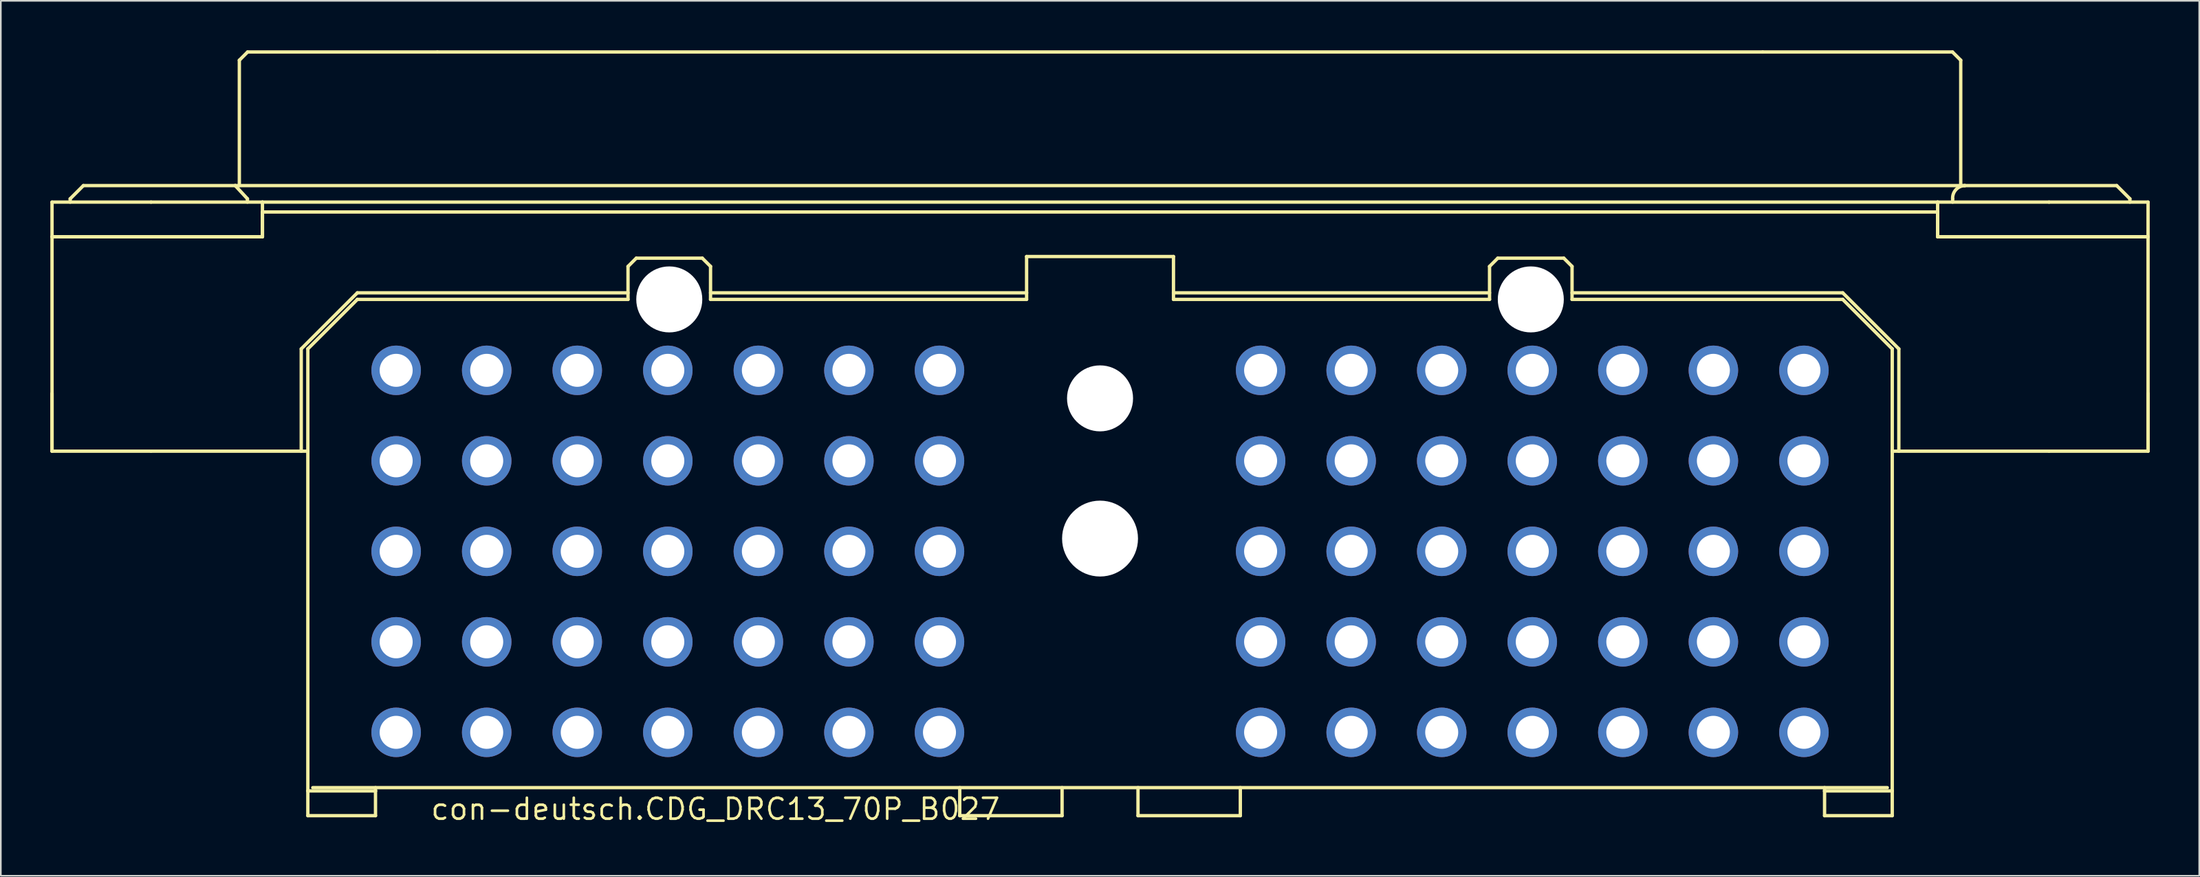
<source format=kicad_pcb>
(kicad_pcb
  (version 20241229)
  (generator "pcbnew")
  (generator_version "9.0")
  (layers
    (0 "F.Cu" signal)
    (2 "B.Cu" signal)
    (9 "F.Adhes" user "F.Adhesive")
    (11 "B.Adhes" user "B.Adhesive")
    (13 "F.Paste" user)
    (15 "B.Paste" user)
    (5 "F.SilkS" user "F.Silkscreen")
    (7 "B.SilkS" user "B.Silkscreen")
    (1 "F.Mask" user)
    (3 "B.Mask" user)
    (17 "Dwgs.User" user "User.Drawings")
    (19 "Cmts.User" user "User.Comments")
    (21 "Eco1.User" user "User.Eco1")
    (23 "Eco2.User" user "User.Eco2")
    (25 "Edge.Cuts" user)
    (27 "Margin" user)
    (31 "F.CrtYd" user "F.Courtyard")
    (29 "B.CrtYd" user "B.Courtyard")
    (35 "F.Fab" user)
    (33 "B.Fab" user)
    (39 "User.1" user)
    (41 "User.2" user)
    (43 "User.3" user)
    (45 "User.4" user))
  (footprint "con-deutsch.CDG_DRC13_70P_B027"
    (layer "F.Cu")
    (at 63.602 29.602)
    (property "Reference" "con-deutsch.CDG_DRC13_70P_B027" (at -40.64 17.145 0) (layer "F.SilkS") (effects (font (size 1.27 1.27) (thickness 0.16)) (justify left bottom)))
    (attr through_hole)
    (fp_line (start -63.5 -20.4) (end -63.5 -18.3) (stroke (width 0.203) (type default)) (layer "F.SilkS"))
    (fp_line (start -63.5 -18.3) (end -57.5 -18.3) (stroke (width 0.203) (type default)) (layer "F.SilkS"))
    (fp_line (start -63.5 -5.3) (end -63.5 -18.3) (stroke (width 0.203) (type default)) (layer "F.SilkS"))
    (fp_line (start -63.5 -5.3) (end -63.5 -8.8) (stroke (width 0.203) (type default)) (layer "F.SilkS"))
    (fp_line (start -63.5 -5.3) (end -57.5 -5.3) (stroke (width 0.203) (type default)) (layer "F.SilkS"))
    (fp_line (start -62.4 -20.6) (end -61.6 -21.4) (stroke (width 0.203) (type default)) (layer "F.SilkS"))
    (fp_line (start -62.4 -20.4) (end -62.4 -20.6) (stroke (width 0.203) (type default)) (layer "F.SilkS"))
    (fp_line (start -57.5 -20.4) (end -63.5 -20.4) (stroke (width 0.203) (type default)) (layer "F.SilkS"))
    (fp_line (start -57.5 -18.3) (end -63.5 -18.3) (stroke (width 0.203) (type default)) (layer "F.SilkS"))
    (fp_line (start -57.5 -18.3) (end -50.75 -18.3) (stroke (width 0.203) (type default)) (layer "F.SilkS"))
    (fp_line (start -57.5 -5.3) (end -48.4 -5.3) (stroke (width 0.203) (type default)) (layer "F.SilkS"))
    (fp_line (start -52.4 -21.4) (end -61.6 -21.4) (stroke (width 0.203) (type default)) (layer "F.SilkS"))
    (fp_line (start -52.4 -21.4) (end -51.66 -20.6) (stroke (width 0.203) (type default)) (layer "F.SilkS"))
    (fp_line (start -52.4 -21.4) (end 52.4 -21.4) (stroke (width 0.203) (type default)) (layer "F.SilkS"))
    (fp_line (start -52.15 -29) (end -51.65 -29.5) (stroke (width 0.203) (type default)) (layer "F.SilkS"))
    (fp_line (start -52.15 -21.4) (end -52.15 -29) (stroke (width 0.203) (type default)) (layer "F.SilkS"))
    (fp_line (start -51.66 -20.6) (end -51.66 -20.4) (stroke (width 0.203) (type default)) (layer "F.SilkS"))
    (fp_line (start -50.75 -20.4) (end -57.5 -20.4) (stroke (width 0.203) (type default)) (layer "F.SilkS"))
    (fp_line (start -50.75 -20.4) (end -50.75 -18.3) (stroke (width 0.203) (type default)) (layer "F.SilkS"))
    (fp_line (start -50.75 -19.8) (end -50.75 -18.3) (stroke (width 0.203) (type default)) (layer "F.SilkS"))
    (fp_line (start -50.75 -18.3) (end -57.5 -18.3) (stroke (width 0.203) (type default)) (layer "F.SilkS"))
    (fp_line (start -48.4 -11.5) (end -48.4 -5.3) (stroke (width 0.203) (type default)) (layer "F.SilkS"))
    (fp_line (start -48.4 -11.5) (end -45 -14.9) (stroke (width 0.203) (type default)) (layer "F.SilkS"))
    (fp_line (start -48.4 -5.3) (end -48 -5.3) (stroke (width 0.203) (type default)) (layer "F.SilkS"))
    (fp_line (start -48 -11.5) (end -45 -14.5) (stroke (width 0.203) (type default)) (layer "F.SilkS"))
    (fp_line (start -48 -5.3) (end -48 -11.5) (stroke (width 0.203) (type default)) (layer "F.SilkS"))
    (fp_line (start -48 15.3) (end -48 -5.3) (stroke (width 0.203) (type default)) (layer "F.SilkS"))
    (fp_line (start -48 15.3) (end -48 16.8) (stroke (width 0.203) (type default)) (layer "F.SilkS"))
    (fp_line (start -48 16.8) (end -43.9 16.8) (stroke (width 0.203) (type default)) (layer "F.SilkS"))
    (fp_line (start -47.7 15.1) (end 47.7 15.1) (stroke (width 0.203) (type default)) (layer "F.SilkS"))
    (fp_line (start -45 -14.5) (end -28.6 -14.5) (stroke (width 0.203) (type default)) (layer "F.SilkS"))
    (fp_line (start -43.9 15.1) (end -43.9 15.3) (stroke (width 0.203) (type default)) (layer "F.SilkS"))
    (fp_line (start -43.9 15.3) (end -48 15.3) (stroke (width 0.203) (type default)) (layer "F.SilkS"))
    (fp_line (start -43.9 16.8) (end -43.9 15.3) (stroke (width 0.203) (type default)) (layer "F.SilkS"))
    (fp_line (start -40.15 -29.5) (end -51.65 -29.5) (stroke (width 0.203) (type default)) (layer "F.SilkS"))
    (fp_line (start -28.6 -16.5) (end -28.1 -17) (stroke (width 0.203) (type default)) (layer "F.SilkS"))
    (fp_line (start -28.6 -14.9) (end -45 -14.9) (stroke (width 0.203) (type default)) (layer "F.SilkS"))
    (fp_line (start -28.6 -14.5) (end -28.6 -16.5) (stroke (width 0.203) (type default)) (layer "F.SilkS"))
    (fp_line (start -28.1 -17) (end -24.1 -17) (stroke (width 0.203) (type default)) (layer "F.SilkS"))
    (fp_line (start -24.1 -17) (end -23.6 -16.5) (stroke (width 0.203) (type default)) (layer "F.SilkS"))
    (fp_line (start -23.6 -16.5) (end -23.6 -14.5) (stroke (width 0.203) (type default)) (layer "F.SilkS"))
    (fp_line (start -23.6 -14.5) (end -4.45 -14.5) (stroke (width 0.203) (type default)) (layer "F.SilkS"))
    (fp_line (start -8.5 16.8) (end -8.5 15.1) (stroke (width 0.203) (type default)) (layer "F.SilkS"))
    (fp_line (start -8.5 16.8) (end -2.3 16.8) (stroke (width 0.203) (type default)) (layer "F.SilkS"))
    (fp_line (start -4.45 -17.1) (end 4.45 -17.1) (stroke (width 0.203) (type default)) (layer "F.SilkS"))
    (fp_line (start -4.45 -14.9) (end -23.6 -14.9) (stroke (width 0.203) (type default)) (layer "F.SilkS"))
    (fp_line (start -4.45 -14.9) (end -4.45 -17.1) (stroke (width 0.203) (type default)) (layer "F.SilkS"))
    (fp_line (start -4.45 -14.5) (end -4.45 -14.9) (stroke (width 0.203) (type default)) (layer "F.SilkS"))
    (fp_line (start -2.3 15.1) (end -2.3 16.8) (stroke (width 0.203) (type default)) (layer "F.SilkS"))
    (fp_line (start 2.3 16.8) (end 2.3 15.1) (stroke (width 0.203) (type default)) (layer "F.SilkS"))
    (fp_line (start 2.3 16.8) (end 8.5 16.8) (stroke (width 0.203) (type default)) (layer "F.SilkS"))
    (fp_line (start 4.45 -17.1) (end 4.45 -14.9) (stroke (width 0.203) (type default)) (layer "F.SilkS"))
    (fp_line (start 4.45 -14.9) (end 4.45 -14.5) (stroke (width 0.203) (type default)) (layer "F.SilkS"))
    (fp_line (start 4.45 -14.5) (end 23.6 -14.5) (stroke (width 0.203) (type default)) (layer "F.SilkS"))
    (fp_line (start 8.5 15.1) (end 8.5 16.8) (stroke (width 0.203) (type default)) (layer "F.SilkS"))
    (fp_line (start 23.6 -16.5) (end 24.1 -17) (stroke (width 0.203) (type default)) (layer "F.SilkS"))
    (fp_line (start 23.6 -14.9) (end 4.45 -14.9) (stroke (width 0.203) (type default)) (layer "F.SilkS"))
    (fp_line (start 23.6 -14.5) (end 23.6 -16.5) (stroke (width 0.203) (type default)) (layer "F.SilkS"))
    (fp_line (start 24.1 -17) (end 28.1 -17) (stroke (width 0.203) (type default)) (layer "F.SilkS"))
    (fp_line (start 28.1 -17) (end 28.6 -16.5) (stroke (width 0.203) (type default)) (layer "F.SilkS"))
    (fp_line (start 28.6 -16.5) (end 28.6 -14.5) (stroke (width 0.203) (type default)) (layer "F.SilkS"))
    (fp_line (start 28.6 -14.5) (end 45 -14.5) (stroke (width 0.203) (type default)) (layer "F.SilkS"))
    (fp_line (start 40.15 -29.5) (end -40.15 -29.5) (stroke (width 0.203) (type default)) (layer "F.SilkS"))
    (fp_line (start 43.9 15.3) (end 43.9 15.1) (stroke (width 0.203) (type default)) (layer "F.SilkS"))
    (fp_line (start 43.9 15.3) (end 43.9 16.8) (stroke (width 0.203) (type default)) (layer "F.SilkS"))
    (fp_line (start 43.9 16.8) (end 48 16.8) (stroke (width 0.203) (type default)) (layer "F.SilkS"))
    (fp_line (start 45 -14.9) (end 28.6 -14.9) (stroke (width 0.203) (type default)) (layer "F.SilkS"))
    (fp_line (start 45 -14.9) (end 48.4 -11.5) (stroke (width 0.203) (type default)) (layer "F.SilkS"))
    (fp_line (start 45 -14.5) (end 48 -11.5) (stroke (width 0.203) (type default)) (layer "F.SilkS"))
    (fp_line (start 48 -11.5) (end 48 -5.3) (stroke (width 0.203) (type default)) (layer "F.SilkS"))
    (fp_line (start 48 -5.3) (end 48 15.3) (stroke (width 0.203) (type default)) (layer "F.SilkS"))
    (fp_line (start 48 -5.3) (end 48.4 -5.3) (stroke (width 0.203) (type default)) (layer "F.SilkS"))
    (fp_line (start 48 15.3) (end 43.9 15.3) (stroke (width 0.203) (type default)) (layer "F.SilkS"))
    (fp_line (start 48 16.8) (end 48 15.3) (stroke (width 0.203) (type default)) (layer "F.SilkS"))
    (fp_line (start 48.4 -5.3) (end 48.4 -11.5) (stroke (width 0.203) (type default)) (layer "F.SilkS"))
    (fp_line (start 48.4 -5.3) (end 57.5 -5.3) (stroke (width 0.203) (type default)) (layer "F.SilkS"))
    (fp_line (start 50.75 -20.4) (end -50.75 -20.4) (stroke (width 0.203) (type default)) (layer "F.SilkS"))
    (fp_line (start 50.75 -20.4) (end 50.75 -18.3) (stroke (width 0.203) (type default)) (layer "F.SilkS"))
    (fp_line (start 50.75 -19.8) (end -50.75 -19.8) (stroke (width 0.203) (type default)) (layer "F.SilkS"))
    (fp_line (start 50.75 -19.8) (end 50.75 -18.3) (stroke (width 0.203) (type default)) (layer "F.SilkS"))
    (fp_line (start 50.75 -18.3) (end 57.5 -18.3) (stroke (width 0.203) (type default)) (layer "F.SilkS"))
    (fp_line (start 51.65 -29.5) (end 40.15 -29.5) (stroke (width 0.203) (type default)) (layer "F.SilkS"))
    (fp_line (start 51.65 -29.5) (end 52.15 -29) (stroke (width 0.203) (type default)) (layer "F.SilkS"))
    (fp_line (start 51.66 -20.6) (end 51.66 -20.4) (stroke (width 0.203) (type default)) (layer "F.SilkS"))
    (fp_line (start 52.15 -21.4) (end 52.15 -29) (stroke (width 0.203) (type default)) (layer "F.SilkS"))
    (fp_line (start 57.5 -20.4) (end 50.75 -20.4) (stroke (width 0.203) (type default)) (layer "F.SilkS"))
    (fp_line (start 57.5 -18.3) (end 50.75 -18.3) (stroke (width 0.203) (type default)) (layer "F.SilkS"))
    (fp_line (start 57.5 -18.3) (end 63.5 -18.3) (stroke (width 0.203) (type default)) (layer "F.SilkS"))
    (fp_line (start 57.5 -5.3) (end 63.5 -5.3) (stroke (width 0.203) (type default)) (layer "F.SilkS"))
    (fp_line (start 61.6 -21.4) (end 52.4 -21.4) (stroke (width 0.203) (type default)) (layer "F.SilkS"))
    (fp_line (start 61.6 -21.4) (end 62.4 -20.6) (stroke (width 0.203) (type default)) (layer "F.SilkS"))
    (fp_line (start 62.4 -20.6) (end 62.4 -20.4) (stroke (width 0.203) (type default)) (layer "F.SilkS"))
    (fp_line (start 63.5 -20.4) (end 57.5 -20.4) (stroke (width 0.203) (type default)) (layer "F.SilkS"))
    (fp_line (start 63.5 -20.4) (end 63.5 -18.3) (stroke (width 0.203) (type default)) (layer "F.SilkS"))
    (fp_line (start 63.5 -18.3) (end 57.5 -18.3) (stroke (width 0.203) (type default)) (layer "F.SilkS"))
    (fp_line (start 63.5 -5.3) (end 63.5 -18.3) (stroke (width 0.203) (type default)) (layer "F.SilkS"))
    (fp_line (start 63.5 -5.3) (end 63.5 -8.8) (stroke (width 0.203) (type default)) (layer "F.SilkS"))
    (fp_arc (start 51.6596 -20.6) (mid 51.860414 -21.156767) (end 52.4 -21.4) (stroke (width 0.2032) (type default)) (layer "F.SilkS"))
    (pad "" np_thru_hole circle (at -26.1 -14.5) (size 4 4) (drill 4) (layers "*.Cu" "*.Mask"))
    (pad "" np_thru_hole circle (at 0 -8.5) (size 4 4) (drill 4) (layers "*.Cu" "*.Mask"))
    (pad "" np_thru_hole circle (at 0 0) (size 4.6 4.6) (drill 4.6) (layers "*.Cu" "*.Mask"))
    (pad "" np_thru_hole circle (at 26.1 -14.5) (size 4 4) (drill 4) (layers "*.Cu" "*.Mask"))
    (pad "1" thru_hole circle (at 42.649 11.747 180) (size 3 3) (drill 2) (layers "*.Cu" "*.Mask"))
    (pad "2" thru_hole circle (at 37.162 11.747 180) (size 3 3) (drill 2) (layers "*.Cu" "*.Mask"))
    (pad "3" thru_hole circle (at 31.676 11.747 180) (size 3 3) (drill 2) (layers "*.Cu" "*.Mask"))
    (pad "4" thru_hole circle (at 26.189 11.747 180) (size 3 3) (drill 2) (layers "*.Cu" "*.Mask"))
    (pad "5" thru_hole circle (at 20.702 11.747 180) (size 3 3) (drill 2) (layers "*.Cu" "*.Mask"))
    (pad "6" thru_hole circle (at 15.216 11.747 180) (size 3 3) (drill 2) (layers "*.Cu" "*.Mask"))
    (pad "7" thru_hole circle (at 9.729 11.747 180) (size 3 3) (drill 2) (layers "*.Cu" "*.Mask"))
    (pad "8" thru_hole circle (at -9.729 11.747 180) (size 3 3) (drill 2) (layers "*.Cu" "*.Mask"))
    (pad "9" thru_hole circle (at -15.216 11.747 180) (size 3 3) (drill 2) (layers "*.Cu" "*.Mask"))
    (pad "10" thru_hole circle (at -20.702 11.747 180) (size 3 3) (drill 2) (layers "*.Cu" "*.Mask"))
    (pad "11" thru_hole circle (at -26.189 11.747 180) (size 3 3) (drill 2) (layers "*.Cu" "*.Mask"))
    (pad "12" thru_hole circle (at -31.676 11.747 180) (size 3 3) (drill 2) (layers "*.Cu" "*.Mask"))
    (pad "13" thru_hole circle (at -37.162 11.747 180) (size 3 3) (drill 2) (layers "*.Cu" "*.Mask"))
    (pad "14" thru_hole circle (at -42.649 11.747 180) (size 3 3) (drill 2) (layers "*.Cu" "*.Mask"))
    (pad "15" thru_hole circle (at 42.649 6.26 180) (size 3 3) (drill 2) (layers "*.Cu" "*.Mask"))
    (pad "16" thru_hole circle (at 37.162 6.26 180) (size 3 3) (drill 2) (layers "*.Cu" "*.Mask"))
    (pad "17" thru_hole circle (at 31.676 6.26 180) (size 3 3) (drill 2) (layers "*.Cu" "*.Mask"))
    (pad "18" thru_hole circle (at 26.189 6.26 180) (size 3 3) (drill 2) (layers "*.Cu" "*.Mask"))
    (pad "19" thru_hole circle (at 20.702 6.26 180) (size 3 3) (drill 2) (layers "*.Cu" "*.Mask"))
    (pad "20" thru_hole circle (at 15.216 6.26 180) (size 3 3) (drill 2) (layers "*.Cu" "*.Mask"))
    (pad "21" thru_hole circle (at 9.729 6.26 180) (size 3 3) (drill 2) (layers "*.Cu" "*.Mask"))
    (pad "22" thru_hole circle (at -9.729 6.26 180) (size 3 3) (drill 2) (layers "*.Cu" "*.Mask"))
    (pad "23" thru_hole circle (at -15.216 6.26 180) (size 3 3) (drill 2) (layers "*.Cu" "*.Mask"))
    (pad "24" thru_hole circle (at -20.702 6.26 180) (size 3 3) (drill 2) (layers "*.Cu" "*.Mask"))
    (pad "25" thru_hole circle (at -26.189 6.26 180) (size 3 3) (drill 2) (layers "*.Cu" "*.Mask"))
    (pad "26" thru_hole circle (at -31.676 6.26 180) (size 3 3) (drill 2) (layers "*.Cu" "*.Mask"))
    (pad "27" thru_hole circle (at -37.162 6.26 180) (size 3 3) (drill 2) (layers "*.Cu" "*.Mask"))
    (pad "28" thru_hole circle (at -42.649 6.26 180) (size 3 3) (drill 2) (layers "*.Cu" "*.Mask"))
    (pad "29" thru_hole circle (at 42.649 0.773 180) (size 3 3) (drill 2) (layers "*.Cu" "*.Mask"))
    (pad "30" thru_hole circle (at 37.162 0.773 180) (size 3 3) (drill 2) (layers "*.Cu" "*.Mask"))
    (pad "31" thru_hole circle (at 31.676 0.773 180) (size 3 3) (drill 2) (layers "*.Cu" "*.Mask"))
    (pad "32" thru_hole circle (at 26.189 0.773 180) (size 3 3) (drill 2) (layers "*.Cu" "*.Mask"))
    (pad "33" thru_hole circle (at 20.702 0.773 180) (size 3 3) (drill 2) (layers "*.Cu" "*.Mask"))
    (pad "34" thru_hole circle (at 15.216 0.773 180) (size 3 3) (drill 2) (layers "*.Cu" "*.Mask"))
    (pad "35" thru_hole circle (at 9.729 0.773 180) (size 3 3) (drill 2) (layers "*.Cu" "*.Mask"))
    (pad "36" thru_hole circle (at -9.729 0.773 180) (size 3 3) (drill 2) (layers "*.Cu" "*.Mask"))
    (pad "37" thru_hole circle (at -15.216 0.773 180) (size 3 3) (drill 2) (layers "*.Cu" "*.Mask"))
    (pad "38" thru_hole circle (at -20.702 0.773 180) (size 3 3) (drill 2) (layers "*.Cu" "*.Mask"))
    (pad "39" thru_hole circle (at -26.189 0.773 180) (size 3 3) (drill 2) (layers "*.Cu" "*.Mask"))
    (pad "40" thru_hole circle (at -31.676 0.773 180) (size 3 3) (drill 2) (layers "*.Cu" "*.Mask"))
    (pad "41" thru_hole circle (at -37.162 0.773 180) (size 3 3) (drill 2) (layers "*.Cu" "*.Mask"))
    (pad "42" thru_hole circle (at -42.649 0.773 180) (size 3 3) (drill 2) (layers "*.Cu" "*.Mask"))
    (pad "43" thru_hole circle (at 42.649 -4.713 180) (size 3 3) (drill 2) (layers "*.Cu" "*.Mask"))
    (pad "44" thru_hole circle (at 37.162 -4.713 180) (size 3 3) (drill 2) (layers "*.Cu" "*.Mask"))
    (pad "45" thru_hole circle (at 31.676 -4.713 180) (size 3 3) (drill 2) (layers "*.Cu" "*.Mask"))
    (pad "46" thru_hole circle (at 26.189 -4.713 180) (size 3 3) (drill 2) (layers "*.Cu" "*.Mask"))
    (pad "47" thru_hole circle (at 20.702 -4.713 180) (size 3 3) (drill 2) (layers "*.Cu" "*.Mask"))
    (pad "48" thru_hole circle (at 15.216 -4.713 180) (size 3 3) (drill 2) (layers "*.Cu" "*.Mask"))
    (pad "49" thru_hole circle (at 9.729 -4.713 180) (size 3 3) (drill 2) (layers "*.Cu" "*.Mask"))
    (pad "50" thru_hole circle (at -9.729 -4.713 180) (size 3 3) (drill 2) (layers "*.Cu" "*.Mask"))
    (pad "51" thru_hole circle (at -15.216 -4.713 180) (size 3 3) (drill 2) (layers "*.Cu" "*.Mask"))
    (pad "52" thru_hole circle (at -20.702 -4.713 180) (size 3 3) (drill 2) (layers "*.Cu" "*.Mask"))
    (pad "53" thru_hole circle (at -26.189 -4.713 180) (size 3 3) (drill 2) (layers "*.Cu" "*.Mask"))
    (pad "54" thru_hole circle (at -31.676 -4.713 180) (size 3 3) (drill 2) (layers "*.Cu" "*.Mask"))
    (pad "55" thru_hole circle (at -37.162 -4.713 180) (size 3 3) (drill 2) (layers "*.Cu" "*.Mask"))
    (pad "56" thru_hole circle (at -42.649 -4.713 180) (size 3 3) (drill 2) (layers "*.Cu" "*.Mask"))
    (pad "57" thru_hole circle (at 42.649 -10.2 180) (size 3 3) (drill 2) (layers "*.Cu" "*.Mask"))
    (pad "58" thru_hole circle (at 37.162 -10.2 180) (size 3 3) (drill 2) (layers "*.Cu" "*.Mask"))
    (pad "59" thru_hole circle (at 31.676 -10.2 180) (size 3 3) (drill 2) (layers "*.Cu" "*.Mask"))
    (pad "60" thru_hole circle (at 26.189 -10.2 180) (size 3 3) (drill 2) (layers "*.Cu" "*.Mask"))
    (pad "61" thru_hole circle (at 20.702 -10.2 180) (size 3 3) (drill 2) (layers "*.Cu" "*.Mask"))
    (pad "62" thru_hole circle (at 15.216 -10.2 180) (size 3 3) (drill 2) (layers "*.Cu" "*.Mask"))
    (pad "63" thru_hole circle (at 9.729 -10.2 180) (size 3 3) (drill 2) (layers "*.Cu" "*.Mask"))
    (pad "64" thru_hole circle (at -9.729 -10.2 180) (size 3 3) (drill 2) (layers "*.Cu" "*.Mask"))
    (pad "65" thru_hole circle (at -15.216 -10.2 180) (size 3 3) (drill 2) (layers "*.Cu" "*.Mask"))
    (pad "66" thru_hole circle (at -20.702 -10.2 180) (size 3 3) (drill 2) (layers "*.Cu" "*.Mask"))
    (pad "67" thru_hole circle (at -26.189 -10.2 180) (size 3 3) (drill 2) (layers "*.Cu" "*.Mask"))
    (pad "68" thru_hole circle (at -31.676 -10.2 180) (size 3 3) (drill 2) (layers "*.Cu" "*.Mask"))
    (pad "69" thru_hole circle (at -37.162 -10.2 180) (size 3 3) (drill 2) (layers "*.Cu" "*.Mask"))
    (pad "70" thru_hole circle (at -42.649 -10.2 180) (size 3 3) (drill 2) (layers "*.Cu" "*.Mask")))
  (gr_rect
    (start -3 -3)
    (end 130.203 50.044)
    (stroke (width 0.1) (type default))
    (fill no)
    (layer "Edge.Cuts")))
</source>
